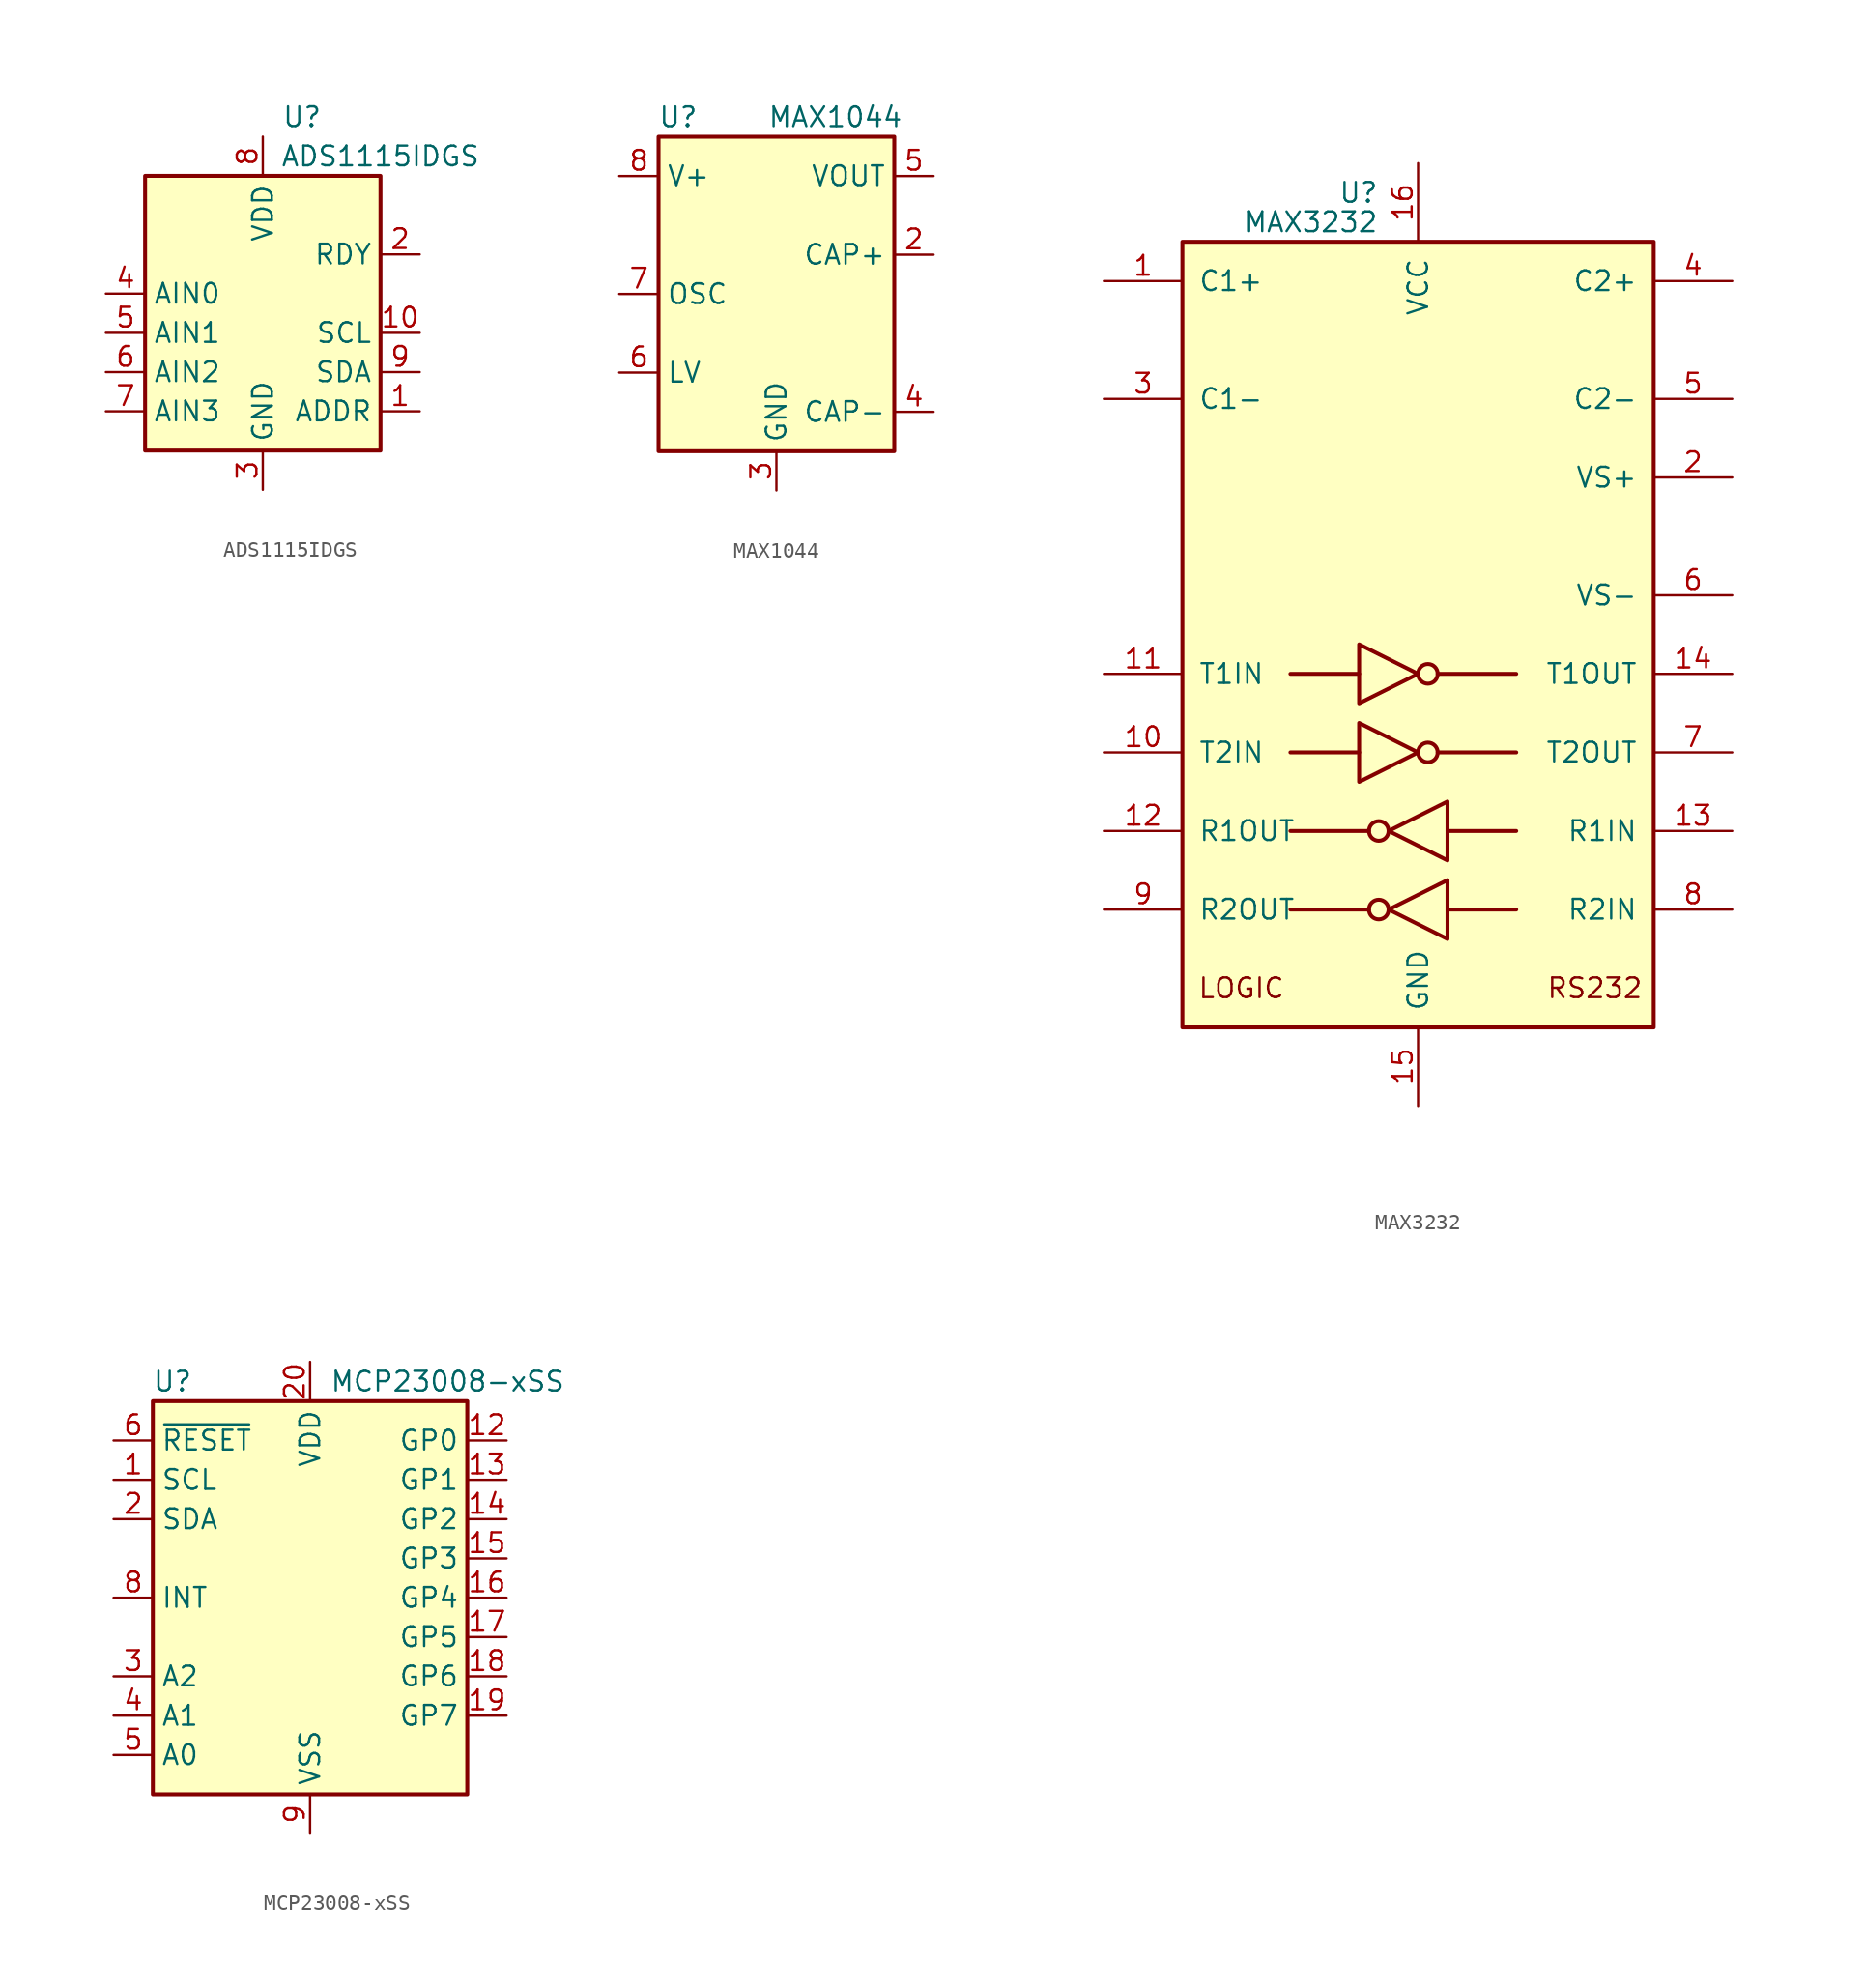
<source format=kicad_sym>
(kicad_symbol_lib
  (version 20241209)
  (generator "kicad_symbol_editor")
  (generator_version "9.0")
  (symbol "ADS1115IDGS"
    (property "Reference" "U"
      (at 2.54 13.97 0)
      (effects (font (size 1.27 1.27))))
    (property "Value" "ADS1115IDGS"
      (at 7.62 11.43 0)
      (effects (font (size 1.27 1.27))))
    (symbol "ADS1115IDGS_0_1"
      (rectangle (start -7.62 10.16) (end 7.62 -7.62) (stroke (width 0.254) (type default)) (fill (type background))))
    (symbol "ADS1115IDGS_1_1"
      (pin input line (at -10.16 2.54 0) (length 2.54) (name "AIN0" (effects (font (size 1.27 1.27)))) (number "4" (effects (font (size 1.27 1.27)))))
      (pin input line (at -10.16 0 0) (length 2.54) (name "AIN1" (effects (font (size 1.27 1.27)))) (number "5" (effects (font (size 1.27 1.27)))))
      (pin input line (at -10.16 -2.54 0) (length 2.54) (name "AIN2" (effects (font (size 1.27 1.27)))) (number "6" (effects (font (size 1.27 1.27)))))
      (pin input line (at -10.16 -5.08 0) (length 2.54) (name "AIN3" (effects (font (size 1.27 1.27)))) (number "7" (effects (font (size 1.27 1.27)))))
      (pin power_in line (at 0 12.7 270) (length 2.54) (name "VDD" (effects (font (size 1.27 1.27)))) (number "8" (effects (font (size 1.27 1.27)))))
      (pin power_in line (at 0 -10.16 90) (length 2.54) (name "GND" (effects (font (size 1.27 1.27)))) (number "3" (effects (font (size 1.27 1.27)))))
      (pin open_collector line (at 10.16 5.08 180) (length 2.54) (name "RDY" (effects (font (size 1.27 1.27)))) (number "2" (effects (font (size 1.27 1.27)))))
      (pin input line (at 10.16 0 180) (length 2.54) (name "SCL" (effects (font (size 1.27 1.27)))) (number "10" (effects (font (size 1.27 1.27)))))
      (pin bidirectional line (at 10.16 -2.54 180) (length 2.54) (name "SDA" (effects (font (size 1.27 1.27)))) (number "9" (effects (font (size 1.27 1.27)))))
      (pin input line (at 10.16 -5.08 180) (length 2.54) (name "ADDR" (effects (font (size 1.27 1.27)))) (number "1" (effects (font (size 1.27 1.27)))))))
  (symbol "MAX1044"
    (property "Reference" "U"
      (at -6.35 11.43 0)
      (effects (font (size 1.27 1.27))))
    (property "Value" "MAX1044"
      (at 3.81 11.43 0)
      (effects (font (size 1.27 1.27))))
    (symbol "MAX1044_0_1"
      (rectangle (start -7.62 10.16) (end 7.62 -10.16) (stroke (width 0.254) (type default)) (fill (type background))))
    (symbol "MAX1044_1_1"
      (pin power_in line (at -10.16 7.62 0) (length 2.54) (name "V+" (effects (font (size 1.27 1.27)))) (number "8" (effects (font (size 1.27 1.27)))))
      (pin input line (at -10.16 0 0) (length 2.54) (name "OSC" (effects (font (size 1.27 1.27)))) (number "7" (effects (font (size 1.27 1.27)))))
      (pin input line (at -10.16 -5.08 0) (length 2.54) (name "LV" (effects (font (size 1.27 1.27)))) (number "6" (effects (font (size 1.27 1.27)))))
      (pin no_connect line (at -7.62 5.08 0) (length 2.54) (hide yes) (name "NC" (effects (font (size 1.27 1.27)))) (number "1" (effects (font (size 1.27 1.27)))))
      (pin power_in line (at 0 -12.7 90) (length 2.54) (name "GND" (effects (font (size 1.27 1.27)))) (number "3" (effects (font (size 1.27 1.27)))))
      (pin power_out line (at 10.16 7.62 180) (length 2.54) (name "VOUT" (effects (font (size 1.27 1.27)))) (number "5" (effects (font (size 1.27 1.27)))))
      (pin input line (at 10.16 2.54 180) (length 2.54) (name "CAP+" (effects (font (size 1.27 1.27)))) (number "2" (effects (font (size 1.27 1.27)))))
      (pin input line (at 10.16 -7.62 180) (length 2.54) (name "CAP-" (effects (font (size 1.27 1.27)))) (number "4" (effects (font (size 1.27 1.27)))))))
  (symbol "MAX3232"
    (pin_names
      (offset 1.016))
    (property "Reference" "U"
      (at -2.54 28.575 0)
      (effects (font (size 1.27 1.27)) (justify right)))
    (property "Value" "MAX3232"
      (at -2.54 26.67 0)
      (effects (font (size 1.27 1.27)) (justify right)))
    (symbol "MAX3232_0_0"
      (text "LOGIC" (at -11.43 -22.86 0) (effects (font (size 1.27 1.27))))
      (text "RS232" (at 11.43 -22.86 0) (effects (font (size 1.27 1.27)))))
    (symbol "MAX3232_0_1"
      (rectangle (start -15.24 -25.4) (end 15.24 25.4) (stroke (width 0.254) (type default)) (fill (type background)))
      (polyline (pts (xy -3.81 -0.635) (xy -3.81 -4.445) (xy 0 -2.54) (xy -3.81 -0.635)) (stroke (width 0.254) (type default)) (fill (type none)))
      (polyline (pts (xy -3.81 -2.54) (xy -8.255 -2.54)) (stroke (width 0.254) (type default)) (fill (type none)))
      (polyline (pts (xy -3.81 -5.715) (xy -3.81 -9.525) (xy 0 -7.62) (xy -3.81 -5.715)) (stroke (width 0.254) (type default)) (fill (type none)))
      (polyline (pts (xy -3.81 -7.62) (xy -8.255 -7.62)) (stroke (width 0.254) (type default)) (fill (type none)))
      (polyline (pts (xy -3.175 -12.7) (xy -8.255 -12.7)) (stroke (width 0.254) (type default)) (fill (type none)))
      (polyline (pts (xy -3.175 -17.78) (xy -8.255 -17.78)) (stroke (width 0.254) (type default)) (fill (type none)))
      (circle (center -2.54 -12.7) (radius 0.635) (stroke (width 0.254) (type default)) (fill (type none)))
      (circle (center -2.54 -17.78) (radius 0.635) (stroke (width 0.254) (type default)) (fill (type none)))
      (circle (center 0.635 -2.54) (radius 0.635) (stroke (width 0.254) (type default)) (fill (type none)))
      (circle (center 0.635 -7.62) (radius 0.635) (stroke (width 0.254) (type default)) (fill (type none)))
      (polyline (pts (xy 1.27 -2.54) (xy 6.35 -2.54)) (stroke (width 0.254) (type default)) (fill (type none)))
      (polyline (pts (xy 1.27 -7.62) (xy 6.35 -7.62)) (stroke (width 0.254) (type default)) (fill (type none)))
      (polyline (pts (xy 1.905 -10.795) (xy 1.905 -14.605) (xy -1.905 -12.7) (xy 1.905 -10.795)) (stroke (width 0.254) (type default)) (fill (type none)))
      (polyline (pts (xy 1.905 -12.7) (xy 6.35 -12.7)) (stroke (width 0.254) (type default)) (fill (type none)))
      (polyline (pts (xy 1.905 -15.875) (xy 1.905 -19.685) (xy -1.905 -17.78) (xy 1.905 -15.875)) (stroke (width 0.254) (type default)) (fill (type none)))
      (polyline (pts (xy 1.905 -17.78) (xy 6.35 -17.78)) (stroke (width 0.254) (type default)) (fill (type none))))
    (symbol "MAX3232_1_1"
      (pin passive line (at -20.32 22.86 0) (length 5.08) (name "C1+" (effects (font (size 1.27 1.27)))) (number "1" (effects (font (size 1.27 1.27)))))
      (pin passive line (at -20.32 15.24 0) (length 5.08) (name "C1-" (effects (font (size 1.27 1.27)))) (number "3" (effects (font (size 1.27 1.27)))))
      (pin input line (at -20.32 -2.54 0) (length 5.08) (name "T1IN" (effects (font (size 1.27 1.27)))) (number "11" (effects (font (size 1.27 1.27)))))
      (pin input line (at -20.32 -7.62 0) (length 5.08) (name "T2IN" (effects (font (size 1.27 1.27)))) (number "10" (effects (font (size 1.27 1.27)))))
      (pin output line (at -20.32 -12.7 0) (length 5.08) (name "R1OUT" (effects (font (size 1.27 1.27)))) (number "12" (effects (font (size 1.27 1.27)))))
      (pin output line (at -20.32 -17.78 0) (length 5.08) (name "R2OUT" (effects (font (size 1.27 1.27)))) (number "9" (effects (font (size 1.27 1.27)))))
      (pin power_in line (at 0 30.48 270) (length 5.08) (name "VCC" (effects (font (size 1.27 1.27)))) (number "16" (effects (font (size 1.27 1.27)))))
      (pin power_in line (at 0 -30.48 90) (length 5.08) (name "GND" (effects (font (size 1.27 1.27)))) (number "15" (effects (font (size 1.27 1.27)))))
      (pin passive line (at 20.32 22.86 180) (length 5.08) (name "C2+" (effects (font (size 1.27 1.27)))) (number "4" (effects (font (size 1.27 1.27)))))
      (pin passive line (at 20.32 15.24 180) (length 5.08) (name "C2-" (effects (font (size 1.27 1.27)))) (number "5" (effects (font (size 1.27 1.27)))))
      (pin power_out line (at 20.32 10.16 180) (length 5.08) (name "VS+" (effects (font (size 1.27 1.27)))) (number "2" (effects (font (size 1.27 1.27)))))
      (pin power_out line (at 20.32 2.54 180) (length 5.08) (name "VS-" (effects (font (size 1.27 1.27)))) (number "6" (effects (font (size 1.27 1.27)))))
      (pin output line (at 20.32 -2.54 180) (length 5.08) (name "T1OUT" (effects (font (size 1.27 1.27)))) (number "14" (effects (font (size 1.27 1.27)))))
      (pin output line (at 20.32 -7.62 180) (length 5.08) (name "T2OUT" (effects (font (size 1.27 1.27)))) (number "7" (effects (font (size 1.27 1.27)))))
      (pin input line (at 20.32 -12.7 180) (length 5.08) (name "R1IN" (effects (font (size 1.27 1.27)))) (number "13" (effects (font (size 1.27 1.27)))))
      (pin input line (at 20.32 -17.78 180) (length 5.08) (name "R2IN" (effects (font (size 1.27 1.27)))) (number "8" (effects (font (size 1.27 1.27)))))))
  (symbol "MCP23008-xSS"
    (property "Reference" "U"
      (at -8.89 13.97 0)
      (effects (font (size 1.27 1.27))))
    (property "Value" "MCP23008-xSS"
      (at 8.89 13.97 0)
      (effects (font (size 1.27 1.27))))
    (symbol "MCP23008-xSS_0_1"
      (rectangle (start -10.16 12.7) (end 10.16 -12.7) (stroke (width 0.254) (type default)) (fill (type background))))
    (symbol "MCP23008-xSS_1_1"
      (pin input line (at -12.7 10.16 0) (length 2.54) (name "~{RESET}" (effects (font (size 1.27 1.27)))) (number "6" (effects (font (size 1.27 1.27)))))
      (pin input line (at -12.7 7.62 0) (length 2.54) (name "SCL" (effects (font (size 1.27 1.27)))) (number "1" (effects (font (size 1.27 1.27)))))
      (pin bidirectional line (at -12.7 5.08 0) (length 2.54) (name "SDA" (effects (font (size 1.27 1.27)))) (number "2" (effects (font (size 1.27 1.27)))))
      (pin output line (at -12.7 0 0) (length 2.54) (name "INT" (effects (font (size 1.27 1.27)))) (number "8" (effects (font (size 1.27 1.27)))))
      (pin input line (at -12.7 -5.08 0) (length 2.54) (name "A2" (effects (font (size 1.27 1.27)))) (number "3" (effects (font (size 1.27 1.27)))))
      (pin input line (at -12.7 -7.62 0) (length 2.54) (name "A1" (effects (font (size 1.27 1.27)))) (number "4" (effects (font (size 1.27 1.27)))))
      (pin input line (at -12.7 -10.16 0) (length 2.54) (name "A0" (effects (font (size 1.27 1.27)))) (number "5" (effects (font (size 1.27 1.27)))))
      (pin no_connect line (at -10.16 2.54 0) (length 2.54) (hide yes) (name "NC" (effects (font (size 1.27 1.27)))) (number "7" (effects (font (size 1.27 1.27)))))
      (pin no_connect line (at -10.16 -2.54 0) (length 2.54) (hide yes) (name "NC" (effects (font (size 1.27 1.27)))) (number "10" (effects (font (size 1.27 1.27)))))
      (pin power_in line (at 0 15.24 270) (length 2.54) (name "VDD" (effects (font (size 1.27 1.27)))) (number "20" (effects (font (size 1.27 1.27)))))
      (pin power_in line (at 0 -15.24 90) (length 2.54) (name "VSS" (effects (font (size 1.27 1.27)))) (number "9" (effects (font (size 1.27 1.27)))))
      (pin no_connect line (at 10.16 -10.16 180) (length 2.54) (hide yes) (name "NC" (effects (font (size 1.27 1.27)))) (number "11" (effects (font (size 1.27 1.27)))))
      (pin bidirectional line (at 12.7 10.16 180) (length 2.54) (name "GP0" (effects (font (size 1.27 1.27)))) (number "12" (effects (font (size 1.27 1.27)))))
      (pin bidirectional line (at 12.7 7.62 180) (length 2.54) (name "GP1" (effects (font (size 1.27 1.27)))) (number "13" (effects (font (size 1.27 1.27)))))
      (pin bidirectional line (at 12.7 5.08 180) (length 2.54) (name "GP2" (effects (font (size 1.27 1.27)))) (number "14" (effects (font (size 1.27 1.27)))))
      (pin bidirectional line (at 12.7 2.54 180) (length 2.54) (name "GP3" (effects (font (size 1.27 1.27)))) (number "15" (effects (font (size 1.27 1.27)))))
      (pin bidirectional line (at 12.7 0 180) (length 2.54) (name "GP4" (effects (font (size 1.27 1.27)))) (number "16" (effects (font (size 1.27 1.27)))))
      (pin bidirectional line (at 12.7 -2.54 180) (length 2.54) (name "GP5" (effects (font (size 1.27 1.27)))) (number "17" (effects (font (size 1.27 1.27)))))
      (pin bidirectional line (at 12.7 -5.08 180) (length 2.54) (name "GP6" (effects (font (size 1.27 1.27)))) (number "18" (effects (font (size 1.27 1.27)))))
      (pin bidirectional line (at 12.7 -7.62 180) (length 2.54) (name "GP7" (effects (font (size 1.27 1.27)))) (number "19" (effects (font (size 1.27 1.27))))))))
</source>
